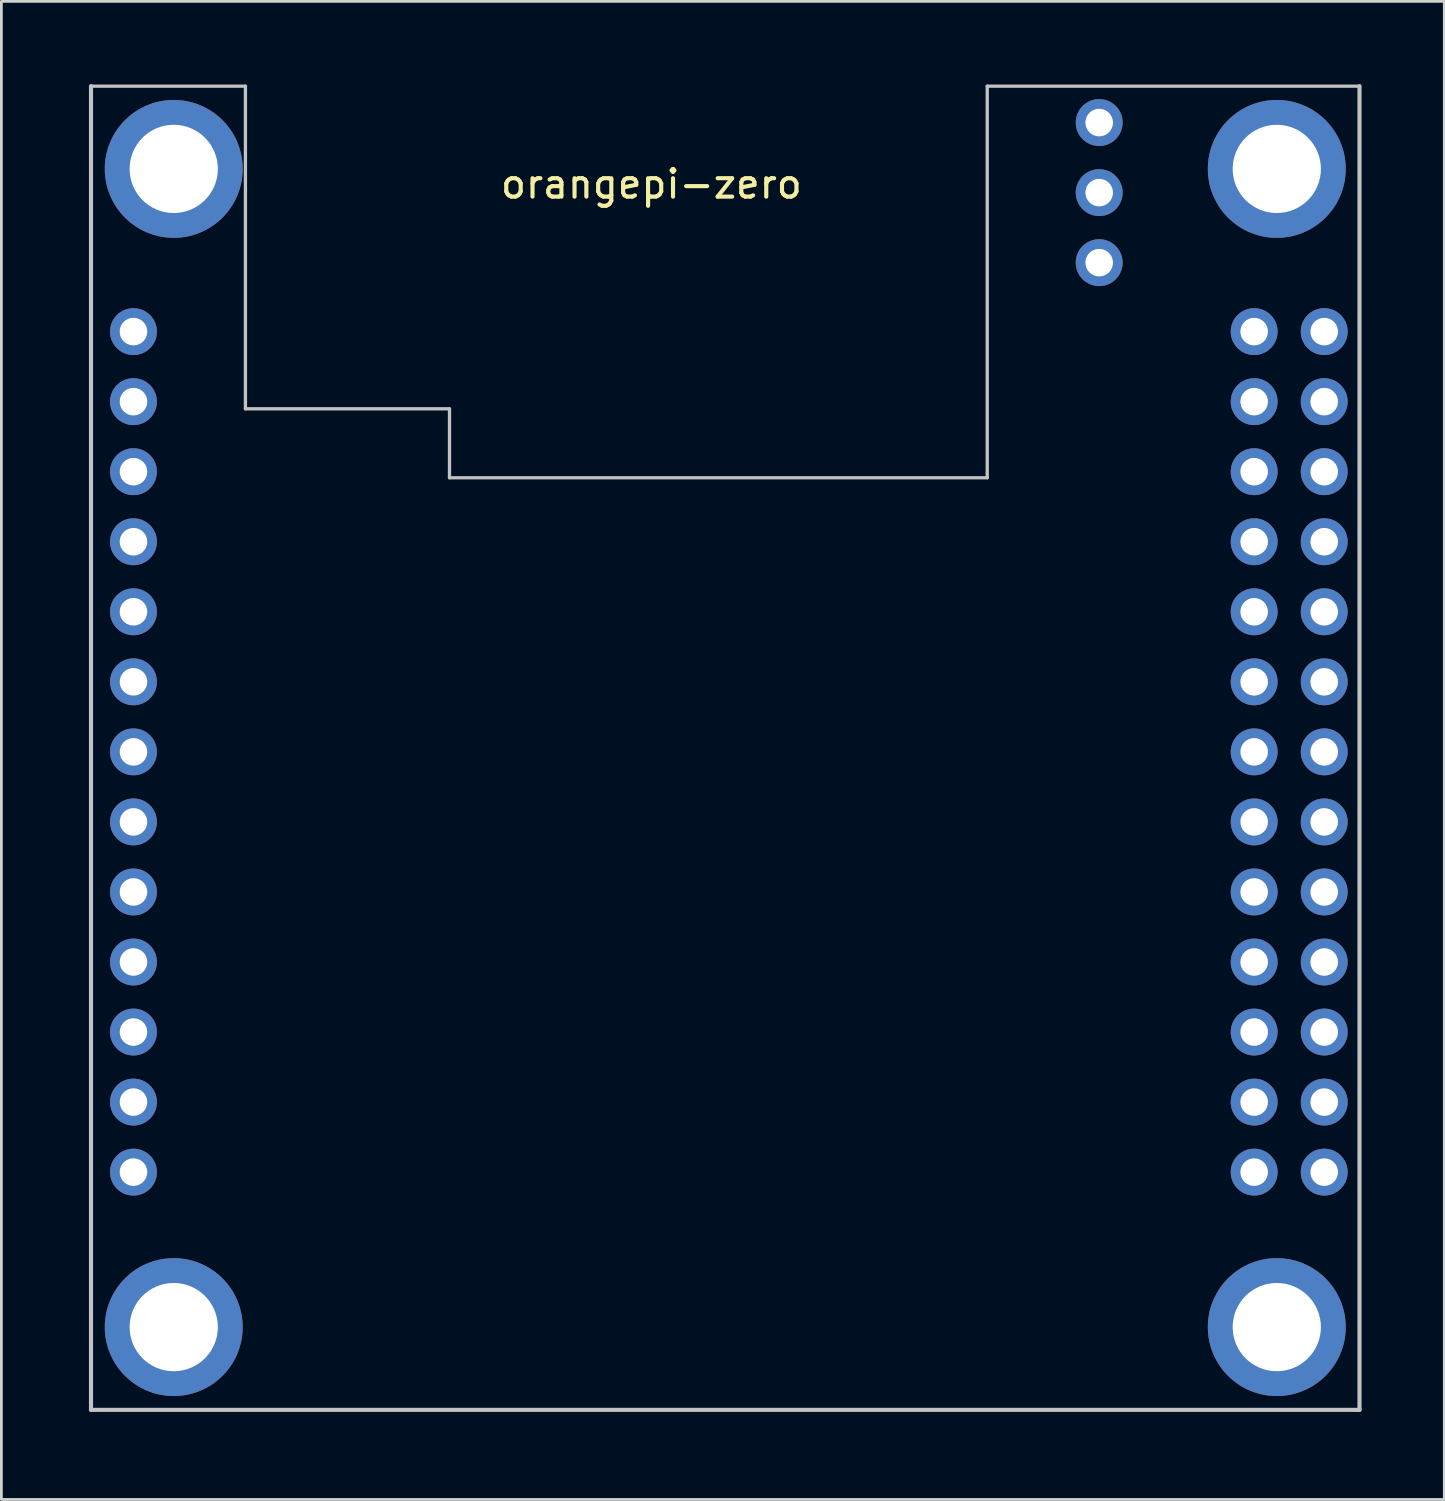
<source format=kicad_pcb>
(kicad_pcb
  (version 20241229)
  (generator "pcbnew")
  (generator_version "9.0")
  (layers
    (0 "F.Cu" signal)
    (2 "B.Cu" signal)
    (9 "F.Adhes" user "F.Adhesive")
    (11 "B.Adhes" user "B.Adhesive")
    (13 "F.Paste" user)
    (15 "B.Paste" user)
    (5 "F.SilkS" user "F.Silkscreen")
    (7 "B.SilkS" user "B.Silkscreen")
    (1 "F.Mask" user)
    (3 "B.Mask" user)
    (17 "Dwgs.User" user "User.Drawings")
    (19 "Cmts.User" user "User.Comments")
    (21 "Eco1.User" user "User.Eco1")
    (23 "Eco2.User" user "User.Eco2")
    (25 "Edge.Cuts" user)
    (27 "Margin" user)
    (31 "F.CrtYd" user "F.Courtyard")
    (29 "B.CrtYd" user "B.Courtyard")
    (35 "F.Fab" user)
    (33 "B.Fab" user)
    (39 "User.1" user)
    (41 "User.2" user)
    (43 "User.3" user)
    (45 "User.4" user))
  (footprint "orangepi-zero"
    (layer "F.Cu")
    (at 0.25 48.075)
    (property "Reference" "orangepi-zero" (at 20.32 -44.45 0) (layer "F.SilkS") (effects (font (size 1 1) (thickness 0.15))))
    (attr through_hole)
    (fp_line (start 0 0) (end 0 -48) (stroke (width 0.15) (type solid)) (layer "Dwgs.User"))
    (fp_line (start 5.6 -48) (end 0 -48) (stroke (width 0.12) (type solid)) (layer "Dwgs.User"))
    (fp_line (start 5.6 -48) (end 5.6 -36.3) (stroke (width 0.12) (type solid)) (layer "Dwgs.User"))
    (fp_line (start 5.6 -36.3) (end 13 -36.3) (stroke (width 0.12) (type solid)) (layer "Dwgs.User"))
    (fp_line (start 13 -36.3) (end 13 -33.8) (stroke (width 0.12) (type solid)) (layer "Dwgs.User"))
    (fp_line (start 13 -33.8) (end 32.5 -33.8) (stroke (width 0.12) (type solid)) (layer "Dwgs.User"))
    (fp_line (start 32.5 -33.8) (end 32.5 -48) (stroke (width 0.12) (type solid)) (layer "Dwgs.User"))
    (fp_line (start 46 -48) (end 32.5 -48) (stroke (width 0.12) (type solid)) (layer "Dwgs.User"))
    (fp_line (start 46 -48) (end 46 0) (stroke (width 0.15) (type solid)) (layer "Dwgs.User"))
    (fp_line (start 46 0) (end 0 0) (stroke (width 0.15) (type solid)) (layer "Dwgs.User"))
    (pad "" np_thru_hole circle (at 3 -45) (size 5 5) (drill 3.2) (layers "*.Cu" "*.Mask"))
    (pad "" np_thru_hole circle (at 3 -3) (size 5 5) (drill 3.2) (layers "*.Cu" "*.Mask"))
    (pad "" np_thru_hole circle (at 43 -45) (size 5 5) (drill 3.2) (layers "*.Cu" "*.Mask"))
    (pad "" np_thru_hole circle (at 43 -3) (size 5 5) (drill 3.2) (layers "*.Cu" "*.Mask"))
    (pad "1" thru_hole circle (at 1.54 -39.1) (size 1.7 1.7) (drill oval 1) (layers "*.Cu" "*.Mask"))
    (pad "2" thru_hole circle (at 1.54 -36.56) (size 1.7 1.7) (drill 1) (layers "*.Cu" "*.Mask"))
    (pad "3" thru_hole circle (at 1.54 -34.02) (size 1.7 1.7) (drill 1) (layers "*.Cu" "*.Mask"))
    (pad "4" thru_hole circle (at 1.54 -31.48) (size 1.7 1.7) (drill 1) (layers "*.Cu" "*.Mask"))
    (pad "5" thru_hole circle (at 1.54 -28.94) (size 1.7 1.7) (drill 1) (layers "*.Cu" "*.Mask"))
    (pad "6" thru_hole circle (at 1.54 -26.4) (size 1.7 1.7) (drill 1) (layers "*.Cu" "*.Mask"))
    (pad "7" thru_hole circle (at 1.54 -23.86) (size 1.7 1.7) (drill 1) (layers "*.Cu" "*.Mask"))
    (pad "8" thru_hole circle (at 1.54 -21.32) (size 1.7 1.7) (drill 1) (layers "*.Cu" "*.Mask"))
    (pad "9" thru_hole circle (at 1.54 -18.78) (size 1.7 1.7) (drill 1) (layers "*.Cu" "*.Mask"))
    (pad "10" thru_hole circle (at 1.54 -16.24) (size 1.7 1.7) (drill 1) (layers "*.Cu" "*.Mask"))
    (pad "11" thru_hole circle (at 1.54 -13.7) (size 1.7 1.7) (drill 1) (layers "*.Cu" "*.Mask"))
    (pad "12" thru_hole circle (at 1.54 -11.16) (size 1.7 1.7) (drill 1) (layers "*.Cu" "*.Mask"))
    (pad "13" thru_hole circle (at 1.54 -8.62) (size 1.7 1.7) (drill 1) (layers "*.Cu" "*.Mask"))
    (pad "101" thru_hole circle (at 44.72 -8.62) (size 1.7 1.7) (drill 1) (layers "*.Cu" "*.Mask"))
    (pad "102" thru_hole circle (at 42.18 -8.62) (size 1.7 1.7) (drill 1) (layers "*.Cu" "*.Mask"))
    (pad "103" thru_hole circle (at 44.72 -11.16) (size 1.7 1.7) (drill 1) (layers "*.Cu" "*.Mask"))
    (pad "104" thru_hole circle (at 42.18 -11.16) (size 1.7 1.7) (drill 1) (layers "*.Cu" "*.Mask"))
    (pad "105" thru_hole circle (at 44.72 -13.7) (size 1.7 1.7) (drill 1) (layers "*.Cu" "*.Mask"))
    (pad "106" thru_hole circle (at 42.18 -13.7) (size 1.7 1.7) (drill 1) (layers "*.Cu" "*.Mask"))
    (pad "107" thru_hole circle (at 44.72 -16.24) (size 1.7 1.7) (drill 1) (layers "*.Cu" "*.Mask"))
    (pad "108" thru_hole circle (at 42.18 -16.24) (size 1.7 1.7) (drill 1) (layers "*.Cu" "*.Mask"))
    (pad "109" thru_hole circle (at 44.72 -18.78) (size 1.7 1.7) (drill 1) (layers "*.Cu" "*.Mask"))
    (pad "110" thru_hole circle (at 42.18 -18.78) (size 1.7 1.7) (drill 1) (layers "*.Cu" "*.Mask"))
    (pad "111" thru_hole circle (at 44.72 -21.32) (size 1.7 1.7) (drill 1) (layers "*.Cu" "*.Mask"))
    (pad "112" thru_hole circle (at 42.18 -21.32) (size 1.7 1.7) (drill 1) (layers "*.Cu" "*.Mask"))
    (pad "113" thru_hole circle (at 44.72 -23.86) (size 1.7 1.7) (drill 1) (layers "*.Cu" "*.Mask"))
    (pad "114" thru_hole circle (at 42.18 -23.86) (size 1.7 1.7) (drill 1) (layers "*.Cu" "*.Mask"))
    (pad "115" thru_hole circle (at 44.72 -26.4) (size 1.7 1.7) (drill 1) (layers "*.Cu" "*.Mask"))
    (pad "116" thru_hole circle (at 42.18 -26.4) (size 1.7 1.7) (drill 1) (layers "*.Cu" "*.Mask"))
    (pad "117" thru_hole circle (at 44.72 -28.94) (size 1.7 1.7) (drill 1) (layers "*.Cu" "*.Mask"))
    (pad "118" thru_hole circle (at 42.18 -28.94) (size 1.7 1.7) (drill 1) (layers "*.Cu" "*.Mask"))
    (pad "119" thru_hole circle (at 44.72 -31.48) (size 1.7 1.7) (drill 1) (layers "*.Cu" "*.Mask"))
    (pad "120" thru_hole circle (at 42.18 -31.48) (size 1.7 1.7) (drill 1) (layers "*.Cu" "*.Mask"))
    (pad "121" thru_hole circle (at 44.72 -34.02) (size 1.7 1.7) (drill 1) (layers "*.Cu" "*.Mask"))
    (pad "122" thru_hole circle (at 42.18 -34.02) (size 1.7 1.7) (drill 1) (layers "*.Cu" "*.Mask"))
    (pad "123" thru_hole circle (at 44.72 -36.56) (size 1.7 1.7) (drill 1) (layers "*.Cu" "*.Mask"))
    (pad "124" thru_hole circle (at 42.18 -36.56) (size 1.7 1.7) (drill 1) (layers "*.Cu" "*.Mask"))
    (pad "125" thru_hole circle (at 44.72 -39.1) (size 1.7 1.7) (drill 1) (layers "*.Cu" "*.Mask"))
    (pad "126" thru_hole circle (at 42.18 -39.1) (size 1.7 1.7) (drill 1) (layers "*.Cu" "*.Mask"))
    (pad "201" thru_hole circle (at 36.56 -46.68) (size 1.7 1.7) (drill 1) (layers "*.Cu" "*.Mask"))
    (pad "202" thru_hole circle (at 36.56 -44.14) (size 1.7 1.7) (drill 1) (layers "*.Cu" "*.Mask"))
    (pad "203" thru_hole circle (at 36.56 -41.6) (size 1.7 1.7) (drill 1) (layers "*.Cu" "*.Mask")))
  (gr_rect
    (start -3 -3)
    (end 49.325 51.325)
    (stroke (width 0.1) (type default))
    (fill no)
    (layer "Edge.Cuts")))
</source>
